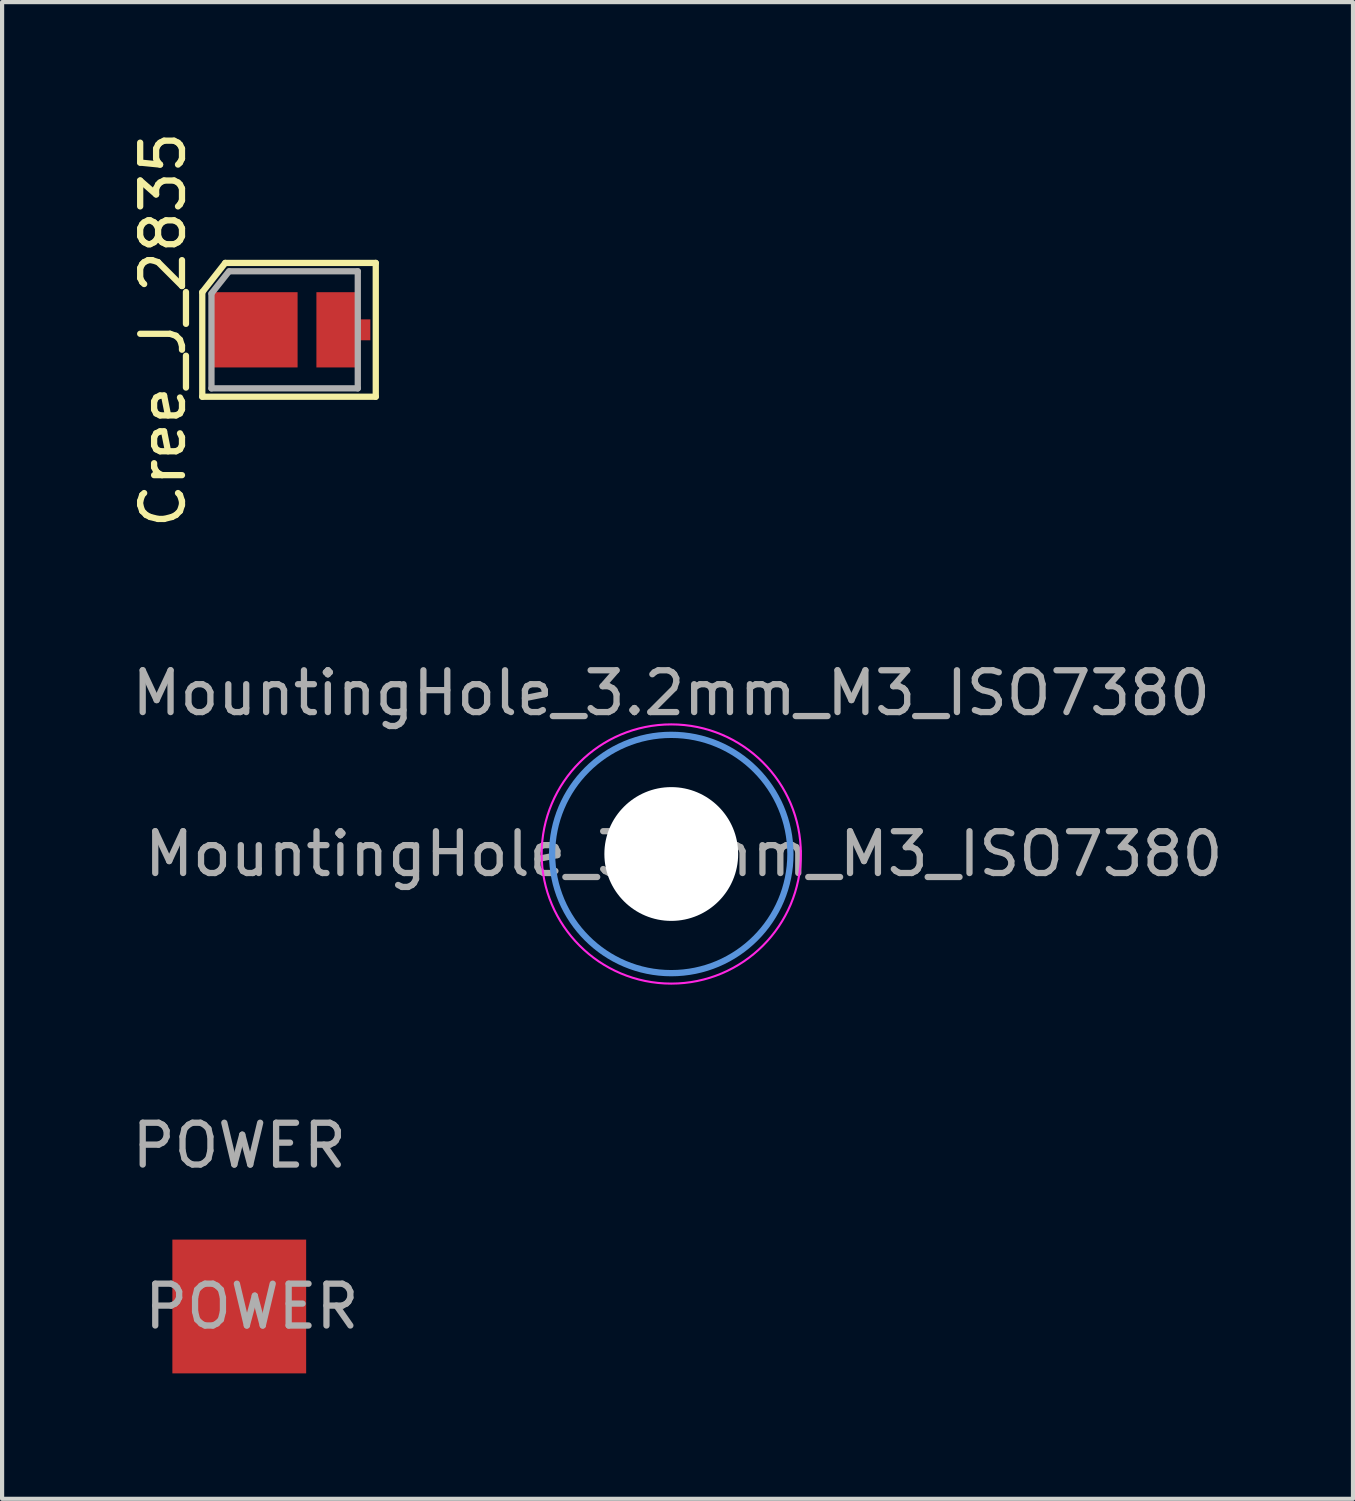
<source format=kicad_pcb>
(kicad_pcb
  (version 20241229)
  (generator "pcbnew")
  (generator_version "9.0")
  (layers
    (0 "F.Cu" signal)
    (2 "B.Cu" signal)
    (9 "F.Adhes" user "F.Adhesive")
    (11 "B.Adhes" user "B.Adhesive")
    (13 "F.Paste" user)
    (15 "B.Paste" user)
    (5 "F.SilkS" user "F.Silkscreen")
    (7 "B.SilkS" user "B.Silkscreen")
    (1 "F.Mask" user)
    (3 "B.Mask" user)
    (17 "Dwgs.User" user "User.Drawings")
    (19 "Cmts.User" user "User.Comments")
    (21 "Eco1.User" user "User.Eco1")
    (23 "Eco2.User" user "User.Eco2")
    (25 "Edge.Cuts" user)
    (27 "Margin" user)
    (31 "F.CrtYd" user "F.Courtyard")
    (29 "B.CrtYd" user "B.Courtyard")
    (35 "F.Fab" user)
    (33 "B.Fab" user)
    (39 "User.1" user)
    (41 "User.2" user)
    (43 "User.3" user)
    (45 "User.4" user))
  (footprint "POWER"
    (layer "F.Cu")
    (at 2.673 28.2)
    (property "Reference" "POWER" (at 0 -3.85 0) (layer "F.Fab") (effects (font (size 1 1) (thickness 0.15))))
    (attr exclude_from_pos_files exclude_from_bom)
    (fp_text user "${REFERENCE}" (at 0.3 0 0) (layer "F.Fab") (effects (font (size 1 1) (thickness 0.15))))
    (pad "1" smd rect (at 0 0) (size 3.2 3.2) (layers "F.Cu" "F.Mask" "F.Paste")))
  (footprint "Cree_J_2835"
    (layer "F.Cu")
    (at 3.038 4.839)
    (property "Reference" "Cree_J_2835" (at -2.19 0 90) (layer "F.SilkS") (effects (font (size 1 1) (thickness 0.15))))
    (attr through_hole)
    (fp_line (start -1.25 -0.9) (end -1.25 1.6) (stroke (width 0.15) (type solid)) (layer "F.SilkS"))
    (fp_line (start -1.25 -0.9) (end -0.7 -1.6) (stroke (width 0.15) (type solid)) (layer "F.SilkS"))
    (fp_line (start -0.7 -1.6) (end 2.9 -1.6) (stroke (width 0.15) (type solid)) (layer "F.SilkS"))
    (fp_line (start 2.9 -1.6) (end 2.9 1.6) (stroke (width 0.15) (type solid)) (layer "F.SilkS"))
    (fp_line (start 2.9 1.6) (end -1.25 1.6) (stroke (width 0.15) (type solid)) (layer "F.SilkS"))
    (fp_line (start -1.03 -0.87) (end -0.61 -1.4) (stroke (width 0.15) (type solid)) (layer "F.Fab"))
    (fp_line (start -1.03 1.4) (end -1.03 -0.86) (stroke (width 0.15) (type solid)) (layer "F.Fab"))
    (fp_line (start -0.6 -1.4) (end 2.47 -1.4) (stroke (width 0.15) (type solid)) (layer "F.Fab"))
    (fp_line (start 2.47 -1.4) (end 2.47 1.4) (stroke (width 0.15) (type solid)) (layer "F.Fab"))
    (fp_line (start 2.47 1.4) (end -1.03 1.4) (stroke (width 0.15) (type solid)) (layer "F.Fab"))
    (pad "1" smd rect (at 0 0) (size 2.06 1.8) (layers "F.Cu" "F.Mask" "F.Paste"))
    (pad "2" smd custom (at 1.975 0) (size 0.99 1.8) (layers "F.Cu" "F.Mask" "F.Paste") (options (anchor rect)) (primitives))
    (pad "2" smd rect (at 2.62 0) (size 0.3 0.5) (layers "F.Cu" "F.Mask" "F.Paste")))
  (footprint "MountingHole_3.2mm_M3_ISO7380"
    (layer "F.Cu")
    (at 13.006 17.377)
    (property "Reference" "MountingHole_3.2mm_M3_ISO7380" (at 0 -3.85 0) (layer "F.Fab") (effects (font (size 1 1) (thickness 0.15))))
    (attr exclude_from_pos_files exclude_from_bom)
    (fp_circle (center 0 0) (end 2.85 0) (stroke (width 0.15) (type solid)) (fill no) (layer "Cmts.User"))
    (fp_circle (center 0 0) (end 3.1 0) (stroke (width 0.05) (type solid)) (fill no) (layer "F.CrtYd"))
    (fp_text user "${REFERENCE}" (at 0.3 0 0) (layer "F.Fab") (effects (font (size 1 1) (thickness 0.15))))
    (pad "" np_thru_hole circle (at 0 0) (size 3.2 3.2) (drill 3.2) (layers "*.Cu" "*.Mask")))
  (gr_rect
    (start -3 -3)
    (end 29.312 32.8)
    (stroke (width 0.1) (type default))
    (fill no)
    (layer "Edge.Cuts")))
</source>
